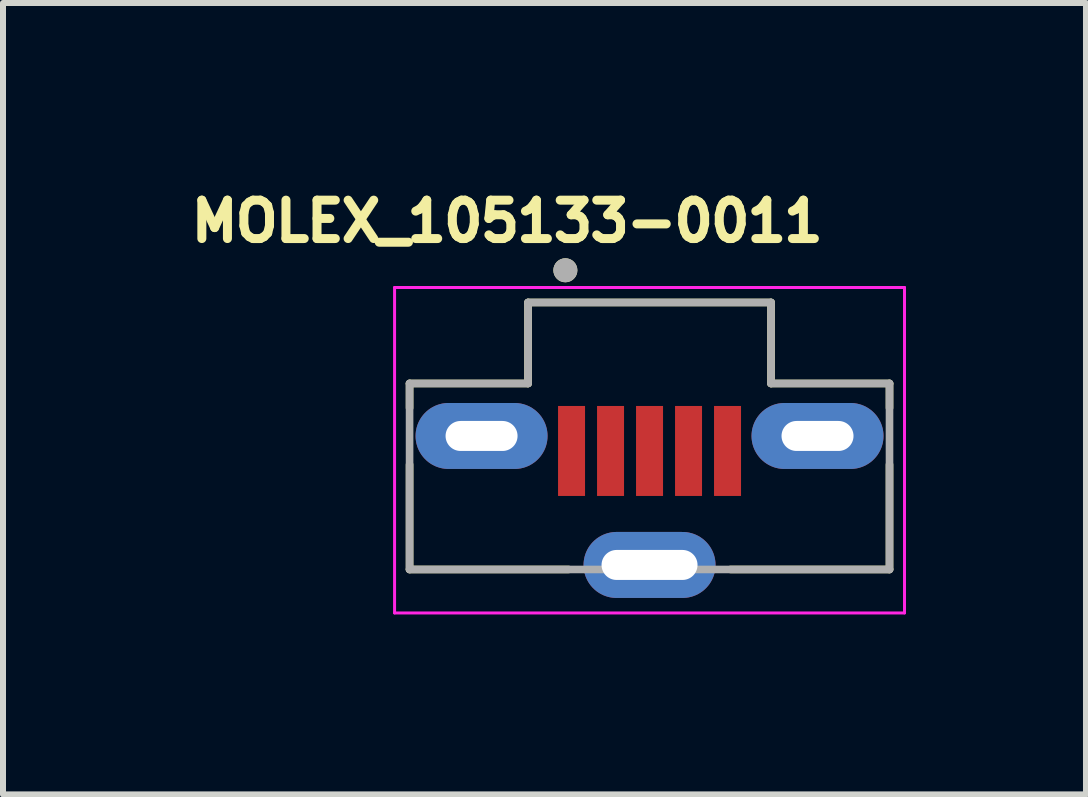
<source format=kicad_pcb>
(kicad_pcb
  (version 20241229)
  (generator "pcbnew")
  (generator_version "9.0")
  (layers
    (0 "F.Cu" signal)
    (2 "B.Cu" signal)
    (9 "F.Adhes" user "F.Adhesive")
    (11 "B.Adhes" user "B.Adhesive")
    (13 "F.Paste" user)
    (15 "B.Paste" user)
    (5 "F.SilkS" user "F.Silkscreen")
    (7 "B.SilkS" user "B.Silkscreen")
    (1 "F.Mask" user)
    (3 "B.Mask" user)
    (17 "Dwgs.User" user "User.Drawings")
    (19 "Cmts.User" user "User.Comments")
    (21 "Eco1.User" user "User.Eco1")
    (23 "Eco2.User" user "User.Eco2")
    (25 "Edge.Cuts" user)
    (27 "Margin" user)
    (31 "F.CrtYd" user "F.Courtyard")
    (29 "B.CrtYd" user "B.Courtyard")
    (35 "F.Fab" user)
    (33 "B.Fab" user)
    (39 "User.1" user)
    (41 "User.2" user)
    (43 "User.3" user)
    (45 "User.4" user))
  (footprint "MOLEX_105133-0011"
    (layer "F.Cu")
    (at 7.777 4.217)
    (property "Reference" "MOLEX_105133-0011" (at -2.373 -3.579 0) (layer "F.SilkS") (effects (font (size 0.64 0.64) (thickness 0.15))))
    (attr smd)
    (fp_line (start -4 -0.875) (end -2.025 -0.875) (stroke (width 0.127) (type solid)) (layer "F.SilkS"))
    (fp_line (start -4 -0.467) (end -4 -0.875) (stroke (width 0.127) (type solid)) (layer "F.SilkS"))
    (fp_line (start -4 2.225) (end -4 0.477) (stroke (width 0.127) (type solid)) (layer "F.SilkS"))
    (fp_line (start -2.025 -2.225) (end 2.025 -2.225) (stroke (width 0.127) (type solid)) (layer "F.SilkS"))
    (fp_line (start -2.025 -0.875) (end -2.025 -2.225) (stroke (width 0.127) (type solid)) (layer "F.SilkS"))
    (fp_line (start -1.35 2.225) (end -4 2.225) (stroke (width 0.127) (type solid)) (layer "F.SilkS"))
    (fp_line (start 2.025 -2.225) (end 2.025 -0.875) (stroke (width 0.127) (type solid)) (layer "F.SilkS"))
    (fp_line (start 2.025 -0.875) (end 4 -0.875) (stroke (width 0.127) (type solid)) (layer "F.SilkS"))
    (fp_line (start 4 -0.875) (end 4 -0.467) (stroke (width 0.127) (type solid)) (layer "F.SilkS"))
    (fp_line (start 4 0.477) (end 4 2.225) (stroke (width 0.127) (type solid)) (layer "F.SilkS"))
    (fp_line (start 4 2.225) (end 1.35 2.225) (stroke (width 0.127) (type solid)) (layer "F.SilkS"))
    (fp_circle (center -1.403 -2.762) (end -1.303 -2.762) (stroke (width 0.2) (type solid)) (fill no) (layer "F.SilkS"))
    (fp_line (start -4.25 -2.475) (end 4.25 -2.475) (stroke (width 0.05) (type solid)) (layer "F.CrtYd"))
    (fp_line (start -4.25 2.95) (end -4.25 -2.475) (stroke (width 0.05) (type solid)) (layer "F.CrtYd"))
    (fp_line (start 4.25 -2.475) (end 4.25 2.95) (stroke (width 0.05) (type solid)) (layer "F.CrtYd"))
    (fp_line (start 4.25 2.95) (end -4.25 2.95) (stroke (width 0.05) (type solid)) (layer "F.CrtYd"))
    (fp_line (start -4 -0.875) (end -2.025 -0.875) (stroke (width 0.127) (type solid)) (layer "F.Fab"))
    (fp_line (start -4 2.225) (end -4 -0.875) (stroke (width 0.127) (type solid)) (layer "F.Fab"))
    (fp_line (start -2.025 -0.875) (end -2.025 -2.225) (stroke (width 0.127) (type solid)) (layer "F.Fab"))
    (fp_line (start 2.025 -2.225) (end -2.025 -2.225) (stroke (width 0.127) (type solid)) (layer "F.Fab"))
    (fp_line (start 2.025 -0.875) (end 2.025 -2.225) (stroke (width 0.127) (type solid)) (layer "F.Fab"))
    (fp_line (start 4 -0.875) (end 2.025 -0.875) (stroke (width 0.127) (type solid)) (layer "F.Fab"))
    (fp_line (start 4 2.225) (end -4 2.225) (stroke (width 0.127) (type solid)) (layer "F.Fab"))
    (fp_line (start 4 2.225) (end 4 -0.875) (stroke (width 0.127) (type solid)) (layer "F.Fab"))
    (fp_circle (center -1.403 -2.762) (end -1.303 -2.762) (stroke (width 0.2) (type solid)) (fill no) (layer "F.Fab"))
    (pad "1" smd rect (at -1.3 0.25 90) (size 1.5 0.45) (layers "F.Cu" "F.Mask" "F.Paste"))
    (pad "2" smd rect (at -0.65 0.25 90) (size 1.5 0.45) (layers "F.Cu" "F.Mask" "F.Paste"))
    (pad "3" smd rect (at 0 0.25 90) (size 1.5 0.45) (layers "F.Cu" "F.Mask" "F.Paste"))
    (pad "4" smd rect (at 0.65 0.25 90) (size 1.5 0.45) (layers "F.Cu" "F.Mask" "F.Paste"))
    (pad "5" smd rect (at 1.3 0.25 90) (size 1.5 0.45) (layers "F.Cu" "F.Mask" "F.Paste"))
    (pad "S1" thru_hole oval (at -2.8 0) (size 2.2 1.1) (drill oval 1.2 0.5) (layers "*.Cu" "*.Mask"))
    (pad "S2" thru_hole oval (at 2.8 0) (size 2.2 1.1) (drill oval 1.2 0.5) (layers "*.Cu" "*.Mask"))
    (pad "S3" thru_hole oval (at 0 2.15) (size 2.2 1.1) (drill oval 1.6 0.5) (layers "*.Cu" "*.Mask")))
  (gr_rect
    (start -3 -3)
    (end 15.052 10.192)
    (stroke (width 0.1) (type default))
    (fill no)
    (layer "Edge.Cuts")))
</source>
